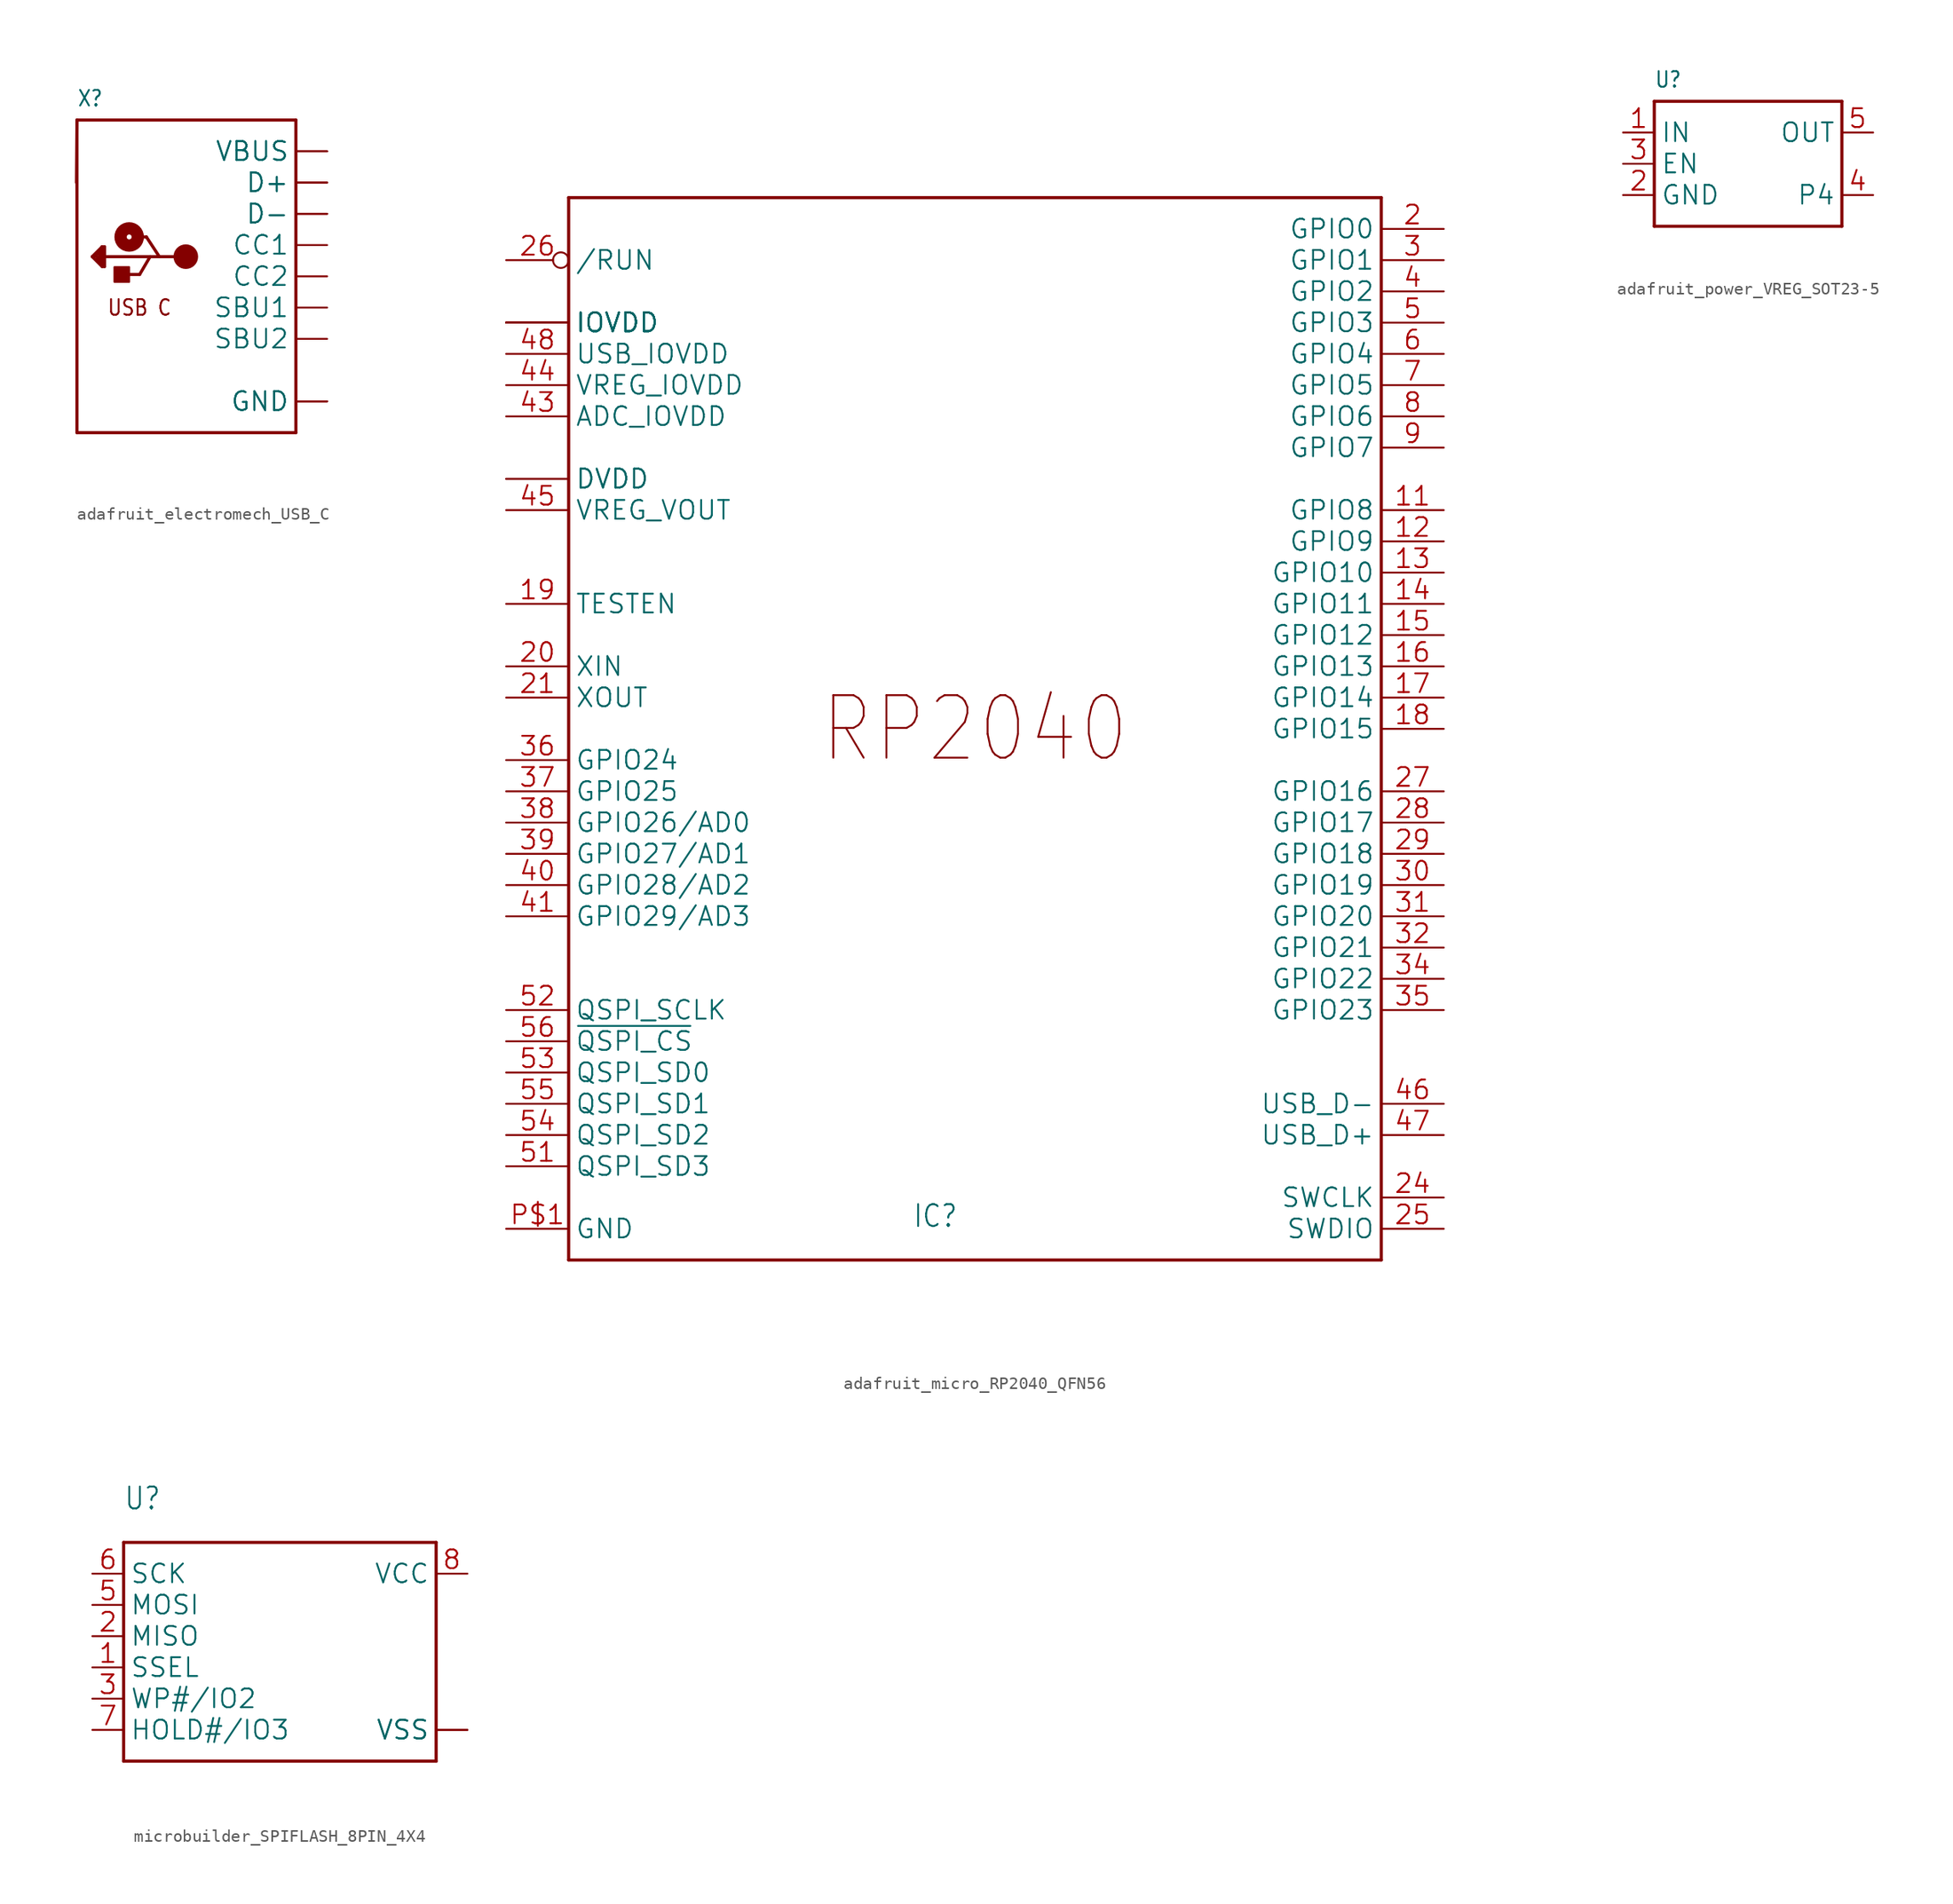
<source format=kicad_sym>
(kicad_symbol_lib
  (version 20241209)
  (generator "kicad_symbol_editor")
  (generator_version "9.0")
  (symbol "adafruit_electromech_USB_C"
    (property "Reference" "X"
      (at -10.16 13.716 0)
      (effects (font (size 1.27 1.079)) (justify left bottom)))
    (property "Value" ""
      (at -10.16 -15.24 0)
      (effects (font (size 1.27 1.079)) (justify left bottom)))
    (property "ki_locked" ""
      (at 0 0 0)
      (effects (font (size 1.27 1.27))))
    (symbol "adafruit_electromech_USB_C_1_0"
      (polyline (pts (xy -10.2 7.62) (xy -10.16 12.7)) (stroke (width 0.254) (type solid)) (fill (type none)))
      (polyline (pts (xy -10.16 12.7) (xy -10.16 -12.7)) (stroke (width 0.254) (type solid)) (fill (type none)))
      (polyline (pts (xy -10.16 12.7) (xy 7.62 12.7)) (stroke (width 0.254) (type solid)) (fill (type none)))
      (polyline (pts (xy -10.16 -12.7) (xy 7.62 -12.7)) (stroke (width 0.254) (type solid)) (fill (type none)))
      (polyline (pts (xy -8.92 1.6) (xy -8.12 2.4)) (stroke (width 0.254) (type solid)) (fill (type none)))
      (polyline (pts (xy -8.52 1.6) (xy -8.52 1.4)) (stroke (width 0.254) (type solid)) (fill (type none)))
      (polyline (pts (xy -8.52 1.4) (xy -8.32 1.2)) (stroke (width 0.254) (type solid)) (fill (type none)))
      (polyline (pts (xy -8.32 2) (xy -8.72 1.6)) (stroke (width 0.254) (type solid)) (fill (type none)))
      (polyline (pts (xy -8.32 1.2) (xy -8.32 2)) (stroke (width 0.254) (type solid)) (fill (type none)))
      (polyline (pts (xy -8.12 2.4) (xy -7.92 2.4)) (stroke (width 0.254) (type solid)) (fill (type none)))
      (polyline (pts (xy -8.12 1) (xy -8.12 2.4)) (stroke (width 0.254) (type solid)) (fill (type none)))
      (polyline (pts (xy -8.12 0.8) (xy -8.92 1.6)) (stroke (width 0.254) (type solid)) (fill (type none)))
      (polyline (pts (xy -7.92 2.4) (xy -7.92 1.6)) (stroke (width 0.254) (type solid)) (fill (type none)))
      (polyline (pts (xy -7.92 1.6) (xy -7.92 0.8)) (stroke (width 0.254) (type solid)) (fill (type none)))
      (polyline (pts (xy -7.92 0.8) (xy -8.12 0.8)) (stroke (width 0.254) (type solid)) (fill (type none)))
      (rectangle (start -7.12 -0.45) (end -5.92 0.75) (stroke (width 0) (type default)) (fill (type outline)))
      (polyline (pts (xy -6.27 0.15) (xy -5.07 0.15)) (stroke (width 0.254) (type solid)) (fill (type none)))
      (circle (center -5.92 3.2) (radius 0.2) (stroke (width 1) (type solid)) (fill (type none)))
      (polyline (pts (xy -5.52 3.2) (xy -4.52 3.2)) (stroke (width 0.254) (type solid)) (fill (type none)))
      (polyline (pts (xy -5.07 0.15) (xy -4.22 1.6)) (stroke (width 0.254) (type solid)) (fill (type none)))
      (polyline (pts (xy -4.52 3.2) (xy -3.47 1.6)) (stroke (width 0.254) (type solid)) (fill (type none)))
      (polyline (pts (xy -4.22 1.6) (xy -7.92 1.6)) (stroke (width 0.254) (type solid)) (fill (type none)))
      (polyline (pts (xy -3.47 1.6) (xy -4.22 1.6)) (stroke (width 0.254) (type solid)) (fill (type none)))
      (circle (center -1.32 1.6) (radius 0.5) (stroke (width 1) (type solid)) (fill (type none)))
      (polyline (pts (xy -1.32 1.6) (xy -3.47 1.6)) (stroke (width 0.254) (type solid)) (fill (type none)))
      (polyline (pts (xy 7.62 12.7) (xy 7.62 -12.7)) (stroke (width 0.254) (type solid)) (fill (type none)))
      (text "USB C" (at -5.08 -2.54 0) (effects (font (size 1.27 1.079))))
      (pin power_in line (at 10.16 10.16 180) (length 2.54) (name "VBUS" (effects (font (size 1.524 1.524)))) (number "A4B9" (effects (font (size 0 0)))))
      (pin power_in line (at 10.16 10.16 180) (length 2.54) (name "VBUS" (effects (font (size 1.524 1.524)))) (number "B4A9" (effects (font (size 0 0)))))
      (pin bidirectional line (at 10.16 7.62 180) (length 2.54) (name "D+" (effects (font (size 1.524 1.524)))) (number "A6" (effects (font (size 0 0)))))
      (pin bidirectional line (at 10.16 7.62 180) (length 2.54) (name "D+" (effects (font (size 1.524 1.524)))) (number "B6" (effects (font (size 0 0)))))
      (pin bidirectional line (at 10.16 5.08 180) (length 2.54) (name "D-" (effects (font (size 1.524 1.524)))) (number "A7" (effects (font (size 0 0)))))
      (pin bidirectional line (at 10.16 5.08 180) (length 2.54) (name "D-" (effects (font (size 1.524 1.524)))) (number "B7" (effects (font (size 0 0)))))
      (pin bidirectional line (at 10.16 2.54 180) (length 2.54) (name "CC1" (effects (font (size 1.524 1.524)))) (number "A5" (effects (font (size 0 0)))))
      (pin bidirectional line (at 10.16 0 180) (length 2.54) (name "CC2" (effects (font (size 1.524 1.524)))) (number "B5" (effects (font (size 0 0)))))
      (pin bidirectional line (at 10.16 -2.54 180) (length 2.54) (name "SBU1" (effects (font (size 1.524 1.524)))) (number "A8" (effects (font (size 0 0)))))
      (pin bidirectional line (at 10.16 -5.08 180) (length 2.54) (name "SBU2" (effects (font (size 1.524 1.524)))) (number "B8" (effects (font (size 0 0)))))
      (pin power_in line (at 10.16 -10.16 180) (length 2.54) (name "GND" (effects (font (size 1.524 1.524)))) (number "A1B12" (effects (font (size 0 0)))))
      (pin power_in line (at 10.16 -10.16 180) (length 2.54) (name "GND" (effects (font (size 1.524 1.524)))) (number "B1A12" (effects (font (size 0 0)))))))
  (symbol "adafruit_micro_RP2040_QFN56"
    (property "Reference" "IC"
      (at -5.08 -40.64 0)
      (effects (font (size 1.778 1.511)) (justify left bottom)))
    (property "Value" ""
      (at -27.94 45.72 0)
      (effects (font (size 1.778 1.511)) (justify left bottom)))
    (property "ki_locked" ""
      (at 0 0 0)
      (effects (font (size 1.27 1.27))))
    (symbol "adafruit_micro_RP2040_QFN56_1_0"
      (polyline (pts (xy -33.02 43.18) (xy 33.02 43.18)) (stroke (width 0.254) (type solid)) (fill (type none)))
      (polyline (pts (xy -33.02 -43.18) (xy -33.02 43.18)) (stroke (width 0.254) (type solid)) (fill (type none)))
      (polyline (pts (xy 33.02 43.18) (xy 33.02 -43.18)) (stroke (width 0.254) (type solid)) (fill (type none)))
      (polyline (pts (xy 33.02 -43.18) (xy -33.02 -43.18)) (stroke (width 0.254) (type solid)) (fill (type none)))
      (text "RP2040" (at 0 0 0) (effects (font (size 5.08 4.318))))
      (pin bidirectional inverted (at -38.1 38.1 0) (length 5.08) (name "/RUN" (effects (font (size 1.524 1.524)))) (number "26" (effects (font (size 1.524 1.524)))))
      (pin power_in line (at -38.1 33.02 0) (length 5.08) (name "IOVDD" (effects (font (size 1.524 1.524)))) (number "1" (effects (font (size 0 0)))))
      (pin power_in line (at -38.1 33.02 0) (length 5.08) (name "IOVDD" (effects (font (size 1.524 1.524)))) (number "10" (effects (font (size 0 0)))))
      (pin power_in line (at -38.1 33.02 0) (length 5.08) (name "IOVDD" (effects (font (size 1.524 1.524)))) (number "22" (effects (font (size 0 0)))))
      (pin power_in line (at -38.1 33.02 0) (length 5.08) (name "IOVDD" (effects (font (size 1.524 1.524)))) (number "33" (effects (font (size 0 0)))))
      (pin power_in line (at -38.1 33.02 0) (length 5.08) (name "IOVDD" (effects (font (size 1.524 1.524)))) (number "42" (effects (font (size 0 0)))))
      (pin power_in line (at -38.1 33.02 0) (length 5.08) (name "IOVDD" (effects (font (size 1.524 1.524)))) (number "49" (effects (font (size 0 0)))))
      (pin power_in line (at -38.1 30.48 0) (length 5.08) (name "USB_IOVDD" (effects (font (size 1.524 1.524)))) (number "48" (effects (font (size 1.524 1.524)))))
      (pin power_in line (at -38.1 27.94 0) (length 5.08) (name "VREG_IOVDD" (effects (font (size 1.524 1.524)))) (number "44" (effects (font (size 1.524 1.524)))))
      (pin power_in line (at -38.1 25.4 0) (length 5.08) (name "ADC_IOVDD" (effects (font (size 1.524 1.524)))) (number "43" (effects (font (size 1.524 1.524)))))
      (pin power_in line (at -38.1 20.32 0) (length 5.08) (name "DVDD" (effects (font (size 1.524 1.524)))) (number "23" (effects (font (size 0 0)))))
      (pin power_in line (at -38.1 20.32 0) (length 5.08) (name "DVDD" (effects (font (size 1.524 1.524)))) (number "50" (effects (font (size 0 0)))))
      (pin power_in line (at -38.1 17.78 0) (length 5.08) (name "VREG_VOUT" (effects (font (size 1.524 1.524)))) (number "45" (effects (font (size 1.524 1.524)))))
      (pin input line (at -38.1 10.16 0) (length 5.08) (name "TESTEN" (effects (font (size 1.524 1.524)))) (number "19" (effects (font (size 1.524 1.524)))))
      (pin input line (at -38.1 5.08 0) (length 5.08) (name "XIN" (effects (font (size 1.524 1.524)))) (number "20" (effects (font (size 1.524 1.524)))))
      (pin output line (at -38.1 2.54 0) (length 5.08) (name "XOUT" (effects (font (size 1.524 1.524)))) (number "21" (effects (font (size 1.524 1.524)))))
      (pin bidirectional line (at -38.1 -2.54 0) (length 5.08) (name "GPIO24" (effects (font (size 1.524 1.524)))) (number "36" (effects (font (size 1.524 1.524)))))
      (pin bidirectional line (at -38.1 -5.08 0) (length 5.08) (name "GPIO25" (effects (font (size 1.524 1.524)))) (number "37" (effects (font (size 1.524 1.524)))))
      (pin bidirectional line (at -38.1 -7.62 0) (length 5.08) (name "GPIO26/AD0" (effects (font (size 1.524 1.524)))) (number "38" (effects (font (size 1.524 1.524)))))
      (pin bidirectional line (at -38.1 -10.16 0) (length 5.08) (name "GPIO27/AD1" (effects (font (size 1.524 1.524)))) (number "39" (effects (font (size 1.524 1.524)))))
      (pin bidirectional line (at -38.1 -12.7 0) (length 5.08) (name "GPIO28/AD2" (effects (font (size 1.524 1.524)))) (number "40" (effects (font (size 1.524 1.524)))))
      (pin bidirectional line (at -38.1 -15.24 0) (length 5.08) (name "GPIO29/AD3" (effects (font (size 1.524 1.524)))) (number "41" (effects (font (size 1.524 1.524)))))
      (pin bidirectional line (at -38.1 -22.86 0) (length 5.08) (name "QSPI_SCLK" (effects (font (size 1.524 1.524)))) (number "52" (effects (font (size 1.524 1.524)))))
      (pin bidirectional line (at -38.1 -25.4 0) (length 5.08) (name "~{QSPI_CS}" (effects (font (size 1.524 1.524)))) (number "56" (effects (font (size 1.524 1.524)))))
      (pin bidirectional line (at -38.1 -27.94 0) (length 5.08) (name "QSPI_SD0" (effects (font (size 1.524 1.524)))) (number "53" (effects (font (size 1.524 1.524)))))
      (pin bidirectional line (at -38.1 -30.48 0) (length 5.08) (name "QSPI_SD1" (effects (font (size 1.524 1.524)))) (number "55" (effects (font (size 1.524 1.524)))))
      (pin bidirectional line (at -38.1 -33.02 0) (length 5.08) (name "QSPI_SD2" (effects (font (size 1.524 1.524)))) (number "54" (effects (font (size 1.524 1.524)))))
      (pin bidirectional line (at -38.1 -35.56 0) (length 5.08) (name "QSPI_SD3" (effects (font (size 1.524 1.524)))) (number "51" (effects (font (size 1.524 1.524)))))
      (pin power_in line (at -38.1 -40.64 0) (length 5.08) (name "GND" (effects (font (size 1.524 1.524)))) (number "P$1" (effects (font (size 1.524 1.524)))))
      (pin bidirectional line (at 38.1 40.64 180) (length 5.08) (name "GPIO0" (effects (font (size 1.524 1.524)))) (number "2" (effects (font (size 1.524 1.524)))))
      (pin bidirectional line (at 38.1 38.1 180) (length 5.08) (name "GPIO1" (effects (font (size 1.524 1.524)))) (number "3" (effects (font (size 1.524 1.524)))))
      (pin bidirectional line (at 38.1 35.56 180) (length 5.08) (name "GPIO2" (effects (font (size 1.524 1.524)))) (number "4" (effects (font (size 1.524 1.524)))))
      (pin bidirectional line (at 38.1 33.02 180) (length 5.08) (name "GPIO3" (effects (font (size 1.524 1.524)))) (number "5" (effects (font (size 1.524 1.524)))))
      (pin bidirectional line (at 38.1 30.48 180) (length 5.08) (name "GPIO4" (effects (font (size 1.524 1.524)))) (number "6" (effects (font (size 1.524 1.524)))))
      (pin bidirectional line (at 38.1 27.94 180) (length 5.08) (name "GPIO5" (effects (font (size 1.524 1.524)))) (number "7" (effects (font (size 1.524 1.524)))))
      (pin bidirectional line (at 38.1 25.4 180) (length 5.08) (name "GPIO6" (effects (font (size 1.524 1.524)))) (number "8" (effects (font (size 1.524 1.524)))))
      (pin bidirectional line (at 38.1 22.86 180) (length 5.08) (name "GPIO7" (effects (font (size 1.524 1.524)))) (number "9" (effects (font (size 1.524 1.524)))))
      (pin bidirectional line (at 38.1 17.78 180) (length 5.08) (name "GPIO8" (effects (font (size 1.524 1.524)))) (number "11" (effects (font (size 1.524 1.524)))))
      (pin bidirectional line (at 38.1 15.24 180) (length 5.08) (name "GPIO9" (effects (font (size 1.524 1.524)))) (number "12" (effects (font (size 1.524 1.524)))))
      (pin bidirectional line (at 38.1 12.7 180) (length 5.08) (name "GPIO10" (effects (font (size 1.524 1.524)))) (number "13" (effects (font (size 1.524 1.524)))))
      (pin bidirectional line (at 38.1 10.16 180) (length 5.08) (name "GPIO11" (effects (font (size 1.524 1.524)))) (number "14" (effects (font (size 1.524 1.524)))))
      (pin bidirectional line (at 38.1 7.62 180) (length 5.08) (name "GPIO12" (effects (font (size 1.524 1.524)))) (number "15" (effects (font (size 1.524 1.524)))))
      (pin bidirectional line (at 38.1 5.08 180) (length 5.08) (name "GPIO13" (effects (font (size 1.524 1.524)))) (number "16" (effects (font (size 1.524 1.524)))))
      (pin bidirectional line (at 38.1 2.54 180) (length 5.08) (name "GPIO14" (effects (font (size 1.524 1.524)))) (number "17" (effects (font (size 1.524 1.524)))))
      (pin bidirectional line (at 38.1 0 180) (length 5.08) (name "GPIO15" (effects (font (size 1.524 1.524)))) (number "18" (effects (font (size 1.524 1.524)))))
      (pin bidirectional line (at 38.1 -5.08 180) (length 5.08) (name "GPIO16" (effects (font (size 1.524 1.524)))) (number "27" (effects (font (size 1.524 1.524)))))
      (pin bidirectional line (at 38.1 -7.62 180) (length 5.08) (name "GPIO17" (effects (font (size 1.524 1.524)))) (number "28" (effects (font (size 1.524 1.524)))))
      (pin bidirectional line (at 38.1 -10.16 180) (length 5.08) (name "GPIO18" (effects (font (size 1.524 1.524)))) (number "29" (effects (font (size 1.524 1.524)))))
      (pin bidirectional line (at 38.1 -12.7 180) (length 5.08) (name "GPIO19" (effects (font (size 1.524 1.524)))) (number "30" (effects (font (size 1.524 1.524)))))
      (pin bidirectional line (at 38.1 -15.24 180) (length 5.08) (name "GPIO20" (effects (font (size 1.524 1.524)))) (number "31" (effects (font (size 1.524 1.524)))))
      (pin bidirectional line (at 38.1 -17.78 180) (length 5.08) (name "GPIO21" (effects (font (size 1.524 1.524)))) (number "32" (effects (font (size 1.524 1.524)))))
      (pin bidirectional line (at 38.1 -20.32 180) (length 5.08) (name "GPIO22" (effects (font (size 1.524 1.524)))) (number "34" (effects (font (size 1.524 1.524)))))
      (pin bidirectional line (at 38.1 -22.86 180) (length 5.08) (name "GPIO23" (effects (font (size 1.524 1.524)))) (number "35" (effects (font (size 1.524 1.524)))))
      (pin bidirectional line (at 38.1 -30.48 180) (length 5.08) (name "USB_D-" (effects (font (size 1.524 1.524)))) (number "46" (effects (font (size 1.524 1.524)))))
      (pin bidirectional line (at 38.1 -33.02 180) (length 5.08) (name "USB_D+" (effects (font (size 1.524 1.524)))) (number "47" (effects (font (size 1.524 1.524)))))
      (pin bidirectional line (at 38.1 -38.1 180) (length 5.08) (name "SWCLK" (effects (font (size 1.524 1.524)))) (number "24" (effects (font (size 1.524 1.524)))))
      (pin bidirectional line (at 38.1 -40.64 180) (length 5.08) (name "SWDIO" (effects (font (size 1.524 1.524)))) (number "25" (effects (font (size 1.524 1.524)))))))
  (symbol "adafruit_power_VREG_SOT23-5"
    (property "Reference" "U"
      (at -7.62 6.096 0)
      (effects (font (size 1.27 1.079)) (justify left bottom)))
    (property "Value" ""
      (at -7.62 -7.62 0)
      (effects (font (size 1.27 1.079)) (justify left bottom)))
    (property "ki_locked" ""
      (at 0 0 0)
      (effects (font (size 1.27 1.27))))
    (symbol "adafruit_power_VREG_SOT23-5_1_0"
      (polyline (pts (xy -7.62 5.08) (xy 7.62 5.08)) (stroke (width 0.254) (type solid)) (fill (type none)))
      (polyline (pts (xy -7.62 -5.08) (xy -7.62 5.08)) (stroke (width 0.254) (type solid)) (fill (type none)))
      (polyline (pts (xy 7.62 5.08) (xy 7.62 -5.08)) (stroke (width 0.254) (type solid)) (fill (type none)))
      (polyline (pts (xy 7.62 -5.08) (xy -7.62 -5.08)) (stroke (width 0.254) (type solid)) (fill (type none)))
      (pin power_in line (at -10.16 2.54 0) (length 2.54) (name "IN" (effects (font (size 1.524 1.524)))) (number "1" (effects (font (size 1.524 1.524)))))
      (pin input line (at -10.16 0 0) (length 2.54) (name "EN" (effects (font (size 1.524 1.524)))) (number "3" (effects (font (size 1.524 1.524)))))
      (pin power_in line (at -10.16 -2.54 0) (length 2.54) (name "GND" (effects (font (size 1.524 1.524)))) (number "2" (effects (font (size 1.524 1.524)))))
      (pin power_in line (at 10.16 2.54 180) (length 2.54) (name "OUT" (effects (font (size 1.524 1.524)))) (number "5" (effects (font (size 1.524 1.524)))))
      (pin bidirectional line (at 10.16 -2.54 180) (length 2.54) (name "P4" (effects (font (size 1.524 1.524)))) (number "4" (effects (font (size 1.524 1.524)))))))
  (symbol "microbuilder_SPIFLASH_8PIN_4X4"
    (property "Reference" "U"
      (at -12.7 12.7 0)
      (effects (font (size 1.778 1.511)) (justify left bottom)))
    (property "Value" ""
      (at -12.7 -10.16 0)
      (effects (font (size 1.778 1.511)) (justify left bottom)))
    (property "ki_locked" ""
      (at 0 0 0)
      (effects (font (size 1.27 1.27))))
    (symbol "microbuilder_SPIFLASH_8PIN_4X4_1_0"
      (polyline (pts (xy -12.7 10.16) (xy 12.7 10.16)) (stroke (width 0.254) (type solid)) (fill (type none)))
      (polyline (pts (xy -12.7 -7.62) (xy -12.7 10.16)) (stroke (width 0.254) (type solid)) (fill (type none)))
      (polyline (pts (xy 12.7 10.16) (xy 12.7 -7.62)) (stroke (width 0.254) (type solid)) (fill (type none)))
      (polyline (pts (xy 12.7 -7.62) (xy -12.7 -7.62)) (stroke (width 0.254) (type solid)) (fill (type none)))
      (pin bidirectional line (at -15.24 7.62 0) (length 2.54) (name "SCK" (effects (font (size 1.524 1.524)))) (number "6" (effects (font (size 1.524 1.524)))))
      (pin bidirectional line (at -15.24 5.08 0) (length 2.54) (name "MOSI" (effects (font (size 1.524 1.524)))) (number "5" (effects (font (size 1.524 1.524)))))
      (pin bidirectional line (at -15.24 2.54 0) (length 2.54) (name "MISO" (effects (font (size 1.524 1.524)))) (number "2" (effects (font (size 1.524 1.524)))))
      (pin bidirectional line (at -15.24 0 0) (length 2.54) (name "SSEL" (effects (font (size 1.524 1.524)))) (number "1" (effects (font (size 1.524 1.524)))))
      (pin bidirectional line (at -15.24 -2.54 0) (length 2.54) (name "WP#/IO2" (effects (font (size 1.524 1.524)))) (number "3" (effects (font (size 1.524 1.524)))))
      (pin bidirectional line (at -15.24 -5.08 0) (length 2.54) (name "HOLD#/IO3" (effects (font (size 1.524 1.524)))) (number "7" (effects (font (size 1.524 1.524)))))
      (pin bidirectional line (at 15.24 7.62 180) (length 2.54) (name "VCC" (effects (font (size 1.524 1.524)))) (number "8" (effects (font (size 1.524 1.524)))))
      (pin bidirectional line (at 15.24 -5.08 180) (length 2.54) (name "VSS" (effects (font (size 1.524 1.524)))) (number "4" (effects (font (size 0 0)))))
      (pin bidirectional line (at 15.24 -5.08 180) (length 2.54) (name "VSS" (effects (font (size 1.524 1.524)))) (number "PAD" (effects (font (size 0 0))))))))
</source>
